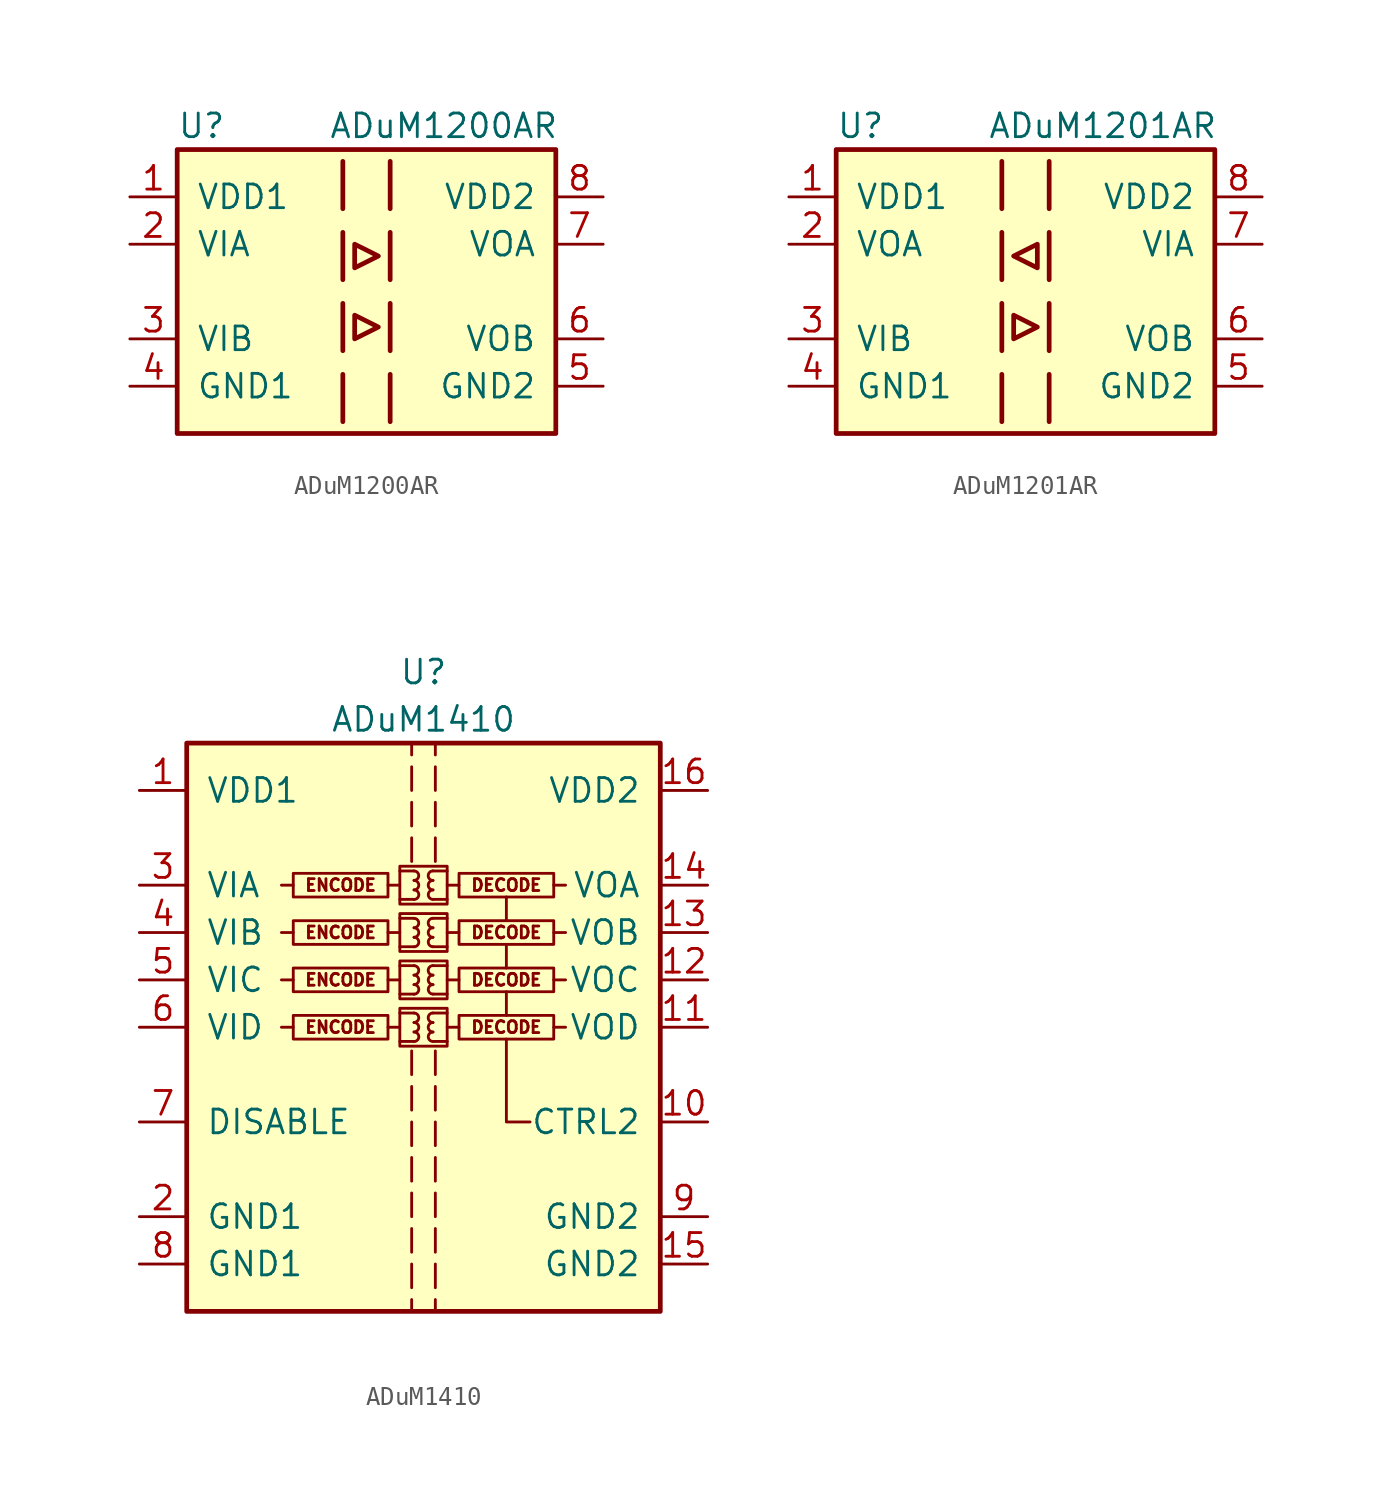
<source format=kicad_sym>
(kicad_symbol_lib
  (version 20201005)
  (generator kicad_symbol_editor)
  (symbol "ADuM1200AR"
    (pin_names
      (offset 1.016))
    (property "Reference" "U"
      (at -10.16 8.89 0)
      (effects (font (size 1.27 1.27)) (justify left)))
    (property "Value" "ADuM1200AR"
      (at -2.032 8.89 0)
      (effects (font (size 1.27 1.27)) (justify left)))
    (symbol "ADuM1200AR_0_1"
      (rectangle (start -10.16 7.62) (end 10.16 -7.62) (stroke (width 0.254)) (fill (type background)))
      (polyline (pts (xy -1.27 -4.445) (xy -1.27 -6.985)) (stroke (width 0.254)) (fill (type none)))
      (polyline (pts (xy -1.27 -0.635) (xy -1.27 -3.175)) (stroke (width 0.254)) (fill (type none)))
      (polyline (pts (xy -1.27 3.175) (xy -1.27 0.635)) (stroke (width 0.254)) (fill (type none)))
      (polyline (pts (xy -1.27 6.985) (xy -1.27 4.445)) (stroke (width 0.254)) (fill (type none)))
      (polyline (pts (xy 1.27 -4.445) (xy 1.27 -6.985)) (stroke (width 0.254)) (fill (type none)))
      (polyline (pts (xy 1.27 -0.635) (xy 1.27 -3.175)) (stroke (width 0.254)) (fill (type none)))
      (polyline (pts (xy 1.27 3.175) (xy 1.27 0.635)) (stroke (width 0.254)) (fill (type none)))
      (polyline (pts (xy 1.27 6.985) (xy 1.27 4.445)) (stroke (width 0.254)) (fill (type none)))
      (polyline (pts (xy -0.635 -1.27) (xy -0.635 -2.54) (xy 0.635 -1.905) (xy -0.635 -1.27)) (stroke (width 0.254)) (fill (type none)))
      (polyline (pts (xy -0.635 1.27) (xy 0.635 1.905) (xy -0.635 2.54) (xy -0.635 1.27)) (stroke (width 0.254)) (fill (type none))))
    (symbol "ADuM1200AR_1_1"
      (pin power_in line (at -12.7 5.08 0) (length 2.54) (name "VDD1" (effects (font (size 1.27 1.27)))) (number "1" (effects (font (size 1.27 1.27)))))
      (pin input line (at -12.7 2.54 0) (length 2.54) (name "VIA" (effects (font (size 1.27 1.27)))) (number "2" (effects (font (size 1.27 1.27)))))
      (pin input line (at -12.7 -2.54 0) (length 2.54) (name "VIB" (effects (font (size 1.27 1.27)))) (number "3" (effects (font (size 1.27 1.27)))))
      (pin power_in line (at -12.7 -5.08 0) (length 2.54) (name "GND1" (effects (font (size 1.27 1.27)))) (number "4" (effects (font (size 1.27 1.27)))))
      (pin power_in line (at 12.7 -5.08 180) (length 2.54) (name "GND2" (effects (font (size 1.27 1.27)))) (number "5" (effects (font (size 1.27 1.27)))))
      (pin output line (at 12.7 -2.54 180) (length 2.54) (name "VOB" (effects (font (size 1.27 1.27)))) (number "6" (effects (font (size 1.27 1.27)))))
      (pin output line (at 12.7 2.54 180) (length 2.54) (name "VOA" (effects (font (size 1.27 1.27)))) (number "7" (effects (font (size 1.27 1.27)))))
      (pin power_in line (at 12.7 5.08 180) (length 2.54) (name "VDD2" (effects (font (size 1.27 1.27)))) (number "8" (effects (font (size 1.27 1.27)))))))
  (symbol "ADuM1201AR"
    (pin_names
      (offset 1.016))
    (property "Reference" "U"
      (at -10.16 8.89 0)
      (effects (font (size 1.27 1.27)) (justify left)))
    (property "Value" "ADuM1201AR"
      (at -2.032 8.89 0)
      (effects (font (size 1.27 1.27)) (justify left)))
    (symbol "ADuM1201AR_0_1"
      (rectangle (start -10.16 7.62) (end 10.16 -7.62) (stroke (width 0.254)) (fill (type background)))
      (polyline (pts (xy -1.27 -4.445) (xy -1.27 -6.985)) (stroke (width 0.254)) (fill (type none)))
      (polyline (pts (xy -1.27 -0.635) (xy -1.27 -3.175)) (stroke (width 0.254)) (fill (type none)))
      (polyline (pts (xy -1.27 3.175) (xy -1.27 0.635)) (stroke (width 0.254)) (fill (type none)))
      (polyline (pts (xy -1.27 6.985) (xy -1.27 4.445)) (stroke (width 0.254)) (fill (type none)))
      (polyline (pts (xy 1.27 -4.445) (xy 1.27 -6.985)) (stroke (width 0.254)) (fill (type none)))
      (polyline (pts (xy 1.27 -0.635) (xy 1.27 -3.175)) (stroke (width 0.254)) (fill (type none)))
      (polyline (pts (xy 1.27 3.175) (xy 1.27 0.635)) (stroke (width 0.254)) (fill (type none)))
      (polyline (pts (xy 1.27 6.985) (xy 1.27 4.445)) (stroke (width 0.254)) (fill (type none)))
      (polyline (pts (xy -0.635 -1.27) (xy -0.635 -2.54) (xy 0.635 -1.905) (xy -0.635 -1.27)) (stroke (width 0.254)) (fill (type none)))
      (polyline (pts (xy 0.635 2.54) (xy 0.635 1.27) (xy -0.635 1.905) (xy 0.635 2.54)) (stroke (width 0.254)) (fill (type none))))
    (symbol "ADuM1201AR_1_1"
      (pin power_in line (at -12.7 5.08 0) (length 2.54) (name "VDD1" (effects (font (size 1.27 1.27)))) (number "1" (effects (font (size 1.27 1.27)))))
      (pin output line (at -12.7 2.54 0) (length 2.54) (name "VOA" (effects (font (size 1.27 1.27)))) (number "2" (effects (font (size 1.27 1.27)))))
      (pin input line (at -12.7 -2.54 0) (length 2.54) (name "VIB" (effects (font (size 1.27 1.27)))) (number "3" (effects (font (size 1.27 1.27)))))
      (pin power_in line (at -12.7 -5.08 0) (length 2.54) (name "GND1" (effects (font (size 1.27 1.27)))) (number "4" (effects (font (size 1.27 1.27)))))
      (pin power_in line (at 12.7 -5.08 180) (length 2.54) (name "GND2" (effects (font (size 1.27 1.27)))) (number "5" (effects (font (size 1.27 1.27)))))
      (pin output line (at 12.7 -2.54 180) (length 2.54) (name "VOB" (effects (font (size 1.27 1.27)))) (number "6" (effects (font (size 1.27 1.27)))))
      (pin input line (at 12.7 2.54 180) (length 2.54) (name "VIA" (effects (font (size 1.27 1.27)))) (number "7" (effects (font (size 1.27 1.27)))))
      (pin power_in line (at 12.7 5.08 180) (length 2.54) (name "VDD2" (effects (font (size 1.27 1.27)))) (number "8" (effects (font (size 1.27 1.27)))))))
  (symbol "ADuM1410"
    (pin_names
      (offset 1.016))
    (property "Reference" "U"
      (at 0 19.05 0)
      (effects (font (size 1.27 1.27))))
    (property "Value" "ADuM1410"
      (at 0 16.51 0)
      (effects (font (size 1.27 1.27))))
    (symbol "ADuM1410_0_0"
      (arc (start -0.508 -0.762) (end -0.508 -0.254) (radius (at -0.508 -0.508) (length 0.254) (angles -89.9 89.9)) (stroke (width 0)) (fill (type none)))
      (arc (start -0.508 -0.254) (end -0.508 0.254) (radius (at -0.508 0) (length 0.254) (angles -89.9 89.9)) (stroke (width 0)) (fill (type none)))
      (arc (start -0.508 0.254) (end -0.508 0.762) (radius (at -0.508 0.508) (length 0.254) (angles -89.9 89.9)) (stroke (width 0)) (fill (type none)))
      (arc (start -0.508 1.778) (end -0.508 2.286) (radius (at -0.508 2.032) (length 0.254) (angles -89.9 89.9)) (stroke (width 0)) (fill (type none)))
      (arc (start -0.508 2.286) (end -0.508 2.794) (radius (at -0.508 2.54) (length 0.254) (angles -89.9 89.9)) (stroke (width 0)) (fill (type none)))
      (arc (start -0.508 2.794) (end -0.508 3.302) (radius (at -0.508 3.048) (length 0.254) (angles -89.9 89.9)) (stroke (width 0)) (fill (type none)))
      (arc (start -0.508 4.318) (end -0.508 4.826) (radius (at -0.508 4.572) (length 0.254) (angles -89.9 89.9)) (stroke (width 0)) (fill (type none)))
      (arc (start -0.508 4.826) (end -0.508 5.334) (radius (at -0.508 5.08) (length 0.254) (angles -89.9 89.9)) (stroke (width 0)) (fill (type none)))
      (arc (start -0.508 5.334) (end -0.508 5.842) (radius (at -0.508 5.588) (length 0.254) (angles -89.9 89.9)) (stroke (width 0)) (fill (type none)))
      (arc (start -0.508 6.858) (end -0.508 7.366) (radius (at -0.508 7.112) (length 0.254) (angles -89.9 89.9)) (stroke (width 0)) (fill (type none)))
      (arc (start -0.508 7.366) (end -0.508 7.874) (radius (at -0.508 7.62) (length 0.254) (angles -89.9 89.9)) (stroke (width 0)) (fill (type none)))
      (arc (start -0.508 7.874) (end -0.508 8.382) (radius (at -0.508 8.128) (length 0.254) (angles -89.9 89.9)) (stroke (width 0)) (fill (type none)))
      (arc (start 0.508 -0.254) (end 0.508 -0.762) (radius (at 0.508 -0.508) (length 0.254) (angles 90.1 -90.1)) (stroke (width 0)) (fill (type none)))
      (arc (start 0.508 0.254) (end 0.508 -0.254) (radius (at 0.508 0) (length 0.254) (angles 90.1 -90.1)) (stroke (width 0)) (fill (type none)))
      (arc (start 0.508 0.762) (end 0.508 0.254) (radius (at 0.508 0.508) (length 0.254) (angles 90.1 -90.1)) (stroke (width 0)) (fill (type none)))
      (arc (start 0.508 2.286) (end 0.508 1.778) (radius (at 0.508 2.032) (length 0.254) (angles 90.1 -90.1)) (stroke (width 0)) (fill (type none)))
      (arc (start 0.508 2.794) (end 0.508 2.286) (radius (at 0.508 2.54) (length 0.254) (angles 90.1 -90.1)) (stroke (width 0)) (fill (type none)))
      (arc (start 0.508 3.302) (end 0.508 2.794) (radius (at 0.508 3.048) (length 0.254) (angles 90.1 -90.1)) (stroke (width 0)) (fill (type none)))
      (arc (start 0.508 4.826) (end 0.508 4.318) (radius (at 0.508 4.572) (length 0.254) (angles 90.1 -90.1)) (stroke (width 0)) (fill (type none)))
      (arc (start 0.508 5.334) (end 0.508 4.826) (radius (at 0.508 5.08) (length 0.254) (angles 90.1 -90.1)) (stroke (width 0)) (fill (type none)))
      (arc (start 0.508 5.842) (end 0.508 5.334) (radius (at 0.508 5.588) (length 0.254) (angles 90.1 -90.1)) (stroke (width 0)) (fill (type none)))
      (arc (start 0.508 7.366) (end 0.508 6.858) (radius (at 0.508 7.112) (length 0.254) (angles 90.1 -90.1)) (stroke (width 0)) (fill (type none)))
      (arc (start 0.508 7.874) (end 0.508 7.366) (radius (at 0.508 7.62) (length 0.254) (angles 90.1 -90.1)) (stroke (width 0)) (fill (type none)))
      (arc (start 0.508 8.382) (end 0.508 7.874) (radius (at 0.508 8.128) (length 0.254) (angles 90.1 -90.1)) (stroke (width 0)) (fill (type none)))
      (text "DECODE" (at 4.445 0 0) (effects (font (size 0.635 0.635))))
      (text "DECODE" (at 4.445 2.54 0) (effects (font (size 0.635 0.635))))
      (text "DECODE" (at 4.445 5.08 0) (effects (font (size 0.635 0.635))))
      (text "DECODE" (at 4.445 7.62 0) (effects (font (size 0.635 0.635))))
      (text "ENCODE" (at -4.445 0 0) (effects (font (size 0.635 0.635))))
      (text "ENCODE" (at -4.445 2.54 0) (effects (font (size 0.635 0.635))))
      (text "ENCODE" (at -4.445 5.08 0) (effects (font (size 0.635 0.635))))
      (text "ENCODE" (at -4.445 7.62 0) (effects (font (size 0.635 0.635))))
      (rectangle (start -1.905 0.635) (end -6.985 -0.635) (stroke (width 0)) (fill (type none)))
      (rectangle (start -1.27 1.016) (end 1.27 -1.016) (stroke (width 0)) (fill (type none)))
      (rectangle (start -1.27 3.556) (end 1.27 1.524) (stroke (width 0)) (fill (type none)))
      (rectangle (start -1.27 6.096) (end 1.27 4.064) (stroke (width 0)) (fill (type none)))
      (rectangle (start -1.27 8.636) (end 1.27 6.604) (stroke (width 0)) (fill (type none)))
      (rectangle (start 1.905 0.635) (end 6.985 -0.635) (stroke (width 0)) (fill (type none)))
      (rectangle (start 1.905 3.175) (end 6.985 1.905) (stroke (width 0)) (fill (type none)))
      (rectangle (start 1.905 5.715) (end 6.985 4.445) (stroke (width 0)) (fill (type none)))
      (rectangle (start 1.905 8.255) (end 6.985 6.985) (stroke (width 0)) (fill (type none)))
      (polyline (pts (xy -6.985 0) (xy -7.62 0)) (stroke (width 0)) (fill (type none)))
      (polyline (pts (xy -6.985 2.54) (xy -7.62 2.54)) (stroke (width 0)) (fill (type none)))
      (polyline (pts (xy -6.985 5.08) (xy -7.62 5.08)) (stroke (width 0)) (fill (type none)))
      (polyline (pts (xy -6.985 7.62) (xy -7.62 7.62)) (stroke (width 0)) (fill (type none)))
      (polyline (pts (xy -1.905 0) (xy -1.27 0)) (stroke (width 0)) (fill (type none)))
      (polyline (pts (xy -1.905 2.54) (xy -1.27 2.54)) (stroke (width 0)) (fill (type none)))
      (polyline (pts (xy -1.905 5.08) (xy -1.27 5.08)) (stroke (width 0)) (fill (type none)))
      (polyline (pts (xy -1.905 7.62) (xy -1.27 7.62)) (stroke (width 0)) (fill (type none)))
      (polyline (pts (xy -1.27 -0.762) (xy -0.508 -0.762)) (stroke (width 0)) (fill (type none)))
      (polyline (pts (xy -1.27 0.762) (xy -0.508 0.762)) (stroke (width 0)) (fill (type none)))
      (polyline (pts (xy -1.27 1.778) (xy -0.508 1.778)) (stroke (width 0)) (fill (type none)))
      (polyline (pts (xy -1.27 3.302) (xy -0.508 3.302)) (stroke (width 0)) (fill (type none)))
      (polyline (pts (xy -1.27 4.318) (xy -0.508 4.318)) (stroke (width 0)) (fill (type none)))
      (polyline (pts (xy -1.27 5.842) (xy -0.508 5.842)) (stroke (width 0)) (fill (type none)))
      (polyline (pts (xy -1.27 6.858) (xy -0.508 6.858)) (stroke (width 0)) (fill (type none)))
      (polyline (pts (xy -1.27 8.382) (xy -0.508 8.382)) (stroke (width 0)) (fill (type none)))
      (polyline (pts (xy -0.635 -10.795) (xy -0.635 -12.065)) (stroke (width 0)) (fill (type none)))
      (polyline (pts (xy -0.635 -8.89) (xy -0.635 -10.16)) (stroke (width 0)) (fill (type none)))
      (polyline (pts (xy -0.635 -6.985) (xy -0.635 -8.255)) (stroke (width 0)) (fill (type none)))
      (polyline (pts (xy -0.635 -5.08) (xy -0.635 -6.35)) (stroke (width 0)) (fill (type none)))
      (polyline (pts (xy -0.635 -3.175) (xy -0.635 -4.445)) (stroke (width 0)) (fill (type none)))
      (polyline (pts (xy -0.635 -1.27) (xy -0.635 -2.54)) (stroke (width 0)) (fill (type none)))
      (polyline (pts (xy -0.635 8.89) (xy -0.635 10.16)) (stroke (width 0)) (fill (type none)))
      (polyline (pts (xy -0.635 10.795) (xy -0.635 12.065)) (stroke (width 0)) (fill (type none)))
      (polyline (pts (xy -0.635 12.7) (xy -0.635 13.97)) (stroke (width 0)) (fill (type none)))
      (polyline (pts (xy -0.635 15.24) (xy -0.635 14.605)) (stroke (width 0)) (fill (type none)))
      (polyline (pts (xy 0.635 -10.795) (xy 0.635 -12.065)) (stroke (width 0)) (fill (type none)))
      (polyline (pts (xy 0.635 -8.89) (xy 0.635 -10.16)) (stroke (width 0)) (fill (type none)))
      (polyline (pts (xy 0.635 -6.985) (xy 0.635 -8.255)) (stroke (width 0)) (fill (type none)))
      (polyline (pts (xy 0.635 -5.08) (xy 0.635 -6.35)) (stroke (width 0)) (fill (type none)))
      (polyline (pts (xy 0.635 -3.175) (xy 0.635 -4.445)) (stroke (width 0)) (fill (type none)))
      (polyline (pts (xy 0.635 -1.27) (xy 0.635 -2.54)) (stroke (width 0)) (fill (type none)))
      (polyline (pts (xy 0.635 8.89) (xy 0.635 10.16)) (stroke (width 0)) (fill (type none)))
      (polyline (pts (xy 0.635 12.065) (xy 0.635 10.795)) (stroke (width 0)) (fill (type none)))
      (polyline (pts (xy 0.635 13.97) (xy 0.635 12.7)) (stroke (width 0)) (fill (type none)))
      (polyline (pts (xy 0.635 14.605) (xy 0.635 15.24)) (stroke (width 0)) (fill (type none)))
      (polyline (pts (xy 1.27 -0.762) (xy 0.508 -0.762)) (stroke (width 0)) (fill (type none)))
      (polyline (pts (xy 1.27 0.762) (xy 0.508 0.762)) (stroke (width 0)) (fill (type none)))
      (polyline (pts (xy 1.27 1.778) (xy 0.508 1.778)) (stroke (width 0)) (fill (type none)))
      (polyline (pts (xy 1.27 3.302) (xy 0.508 3.302)) (stroke (width 0)) (fill (type none)))
      (polyline (pts (xy 1.27 4.318) (xy 0.508 4.318)) (stroke (width 0)) (fill (type none)))
      (polyline (pts (xy 1.27 5.842) (xy 0.508 5.842)) (stroke (width 0)) (fill (type none)))
      (polyline (pts (xy 1.27 6.858) (xy 0.508 6.858)) (stroke (width 0)) (fill (type none)))
      (polyline (pts (xy 1.27 8.382) (xy 0.508 8.382)) (stroke (width 0)) (fill (type none)))
      (polyline (pts (xy 1.905 0) (xy 1.27 0)) (stroke (width 0)) (fill (type none)))
      (polyline (pts (xy 1.905 2.54) (xy 1.27 2.54)) (stroke (width 0)) (fill (type none)))
      (polyline (pts (xy 1.905 5.08) (xy 1.27 5.08)) (stroke (width 0)) (fill (type none)))
      (polyline (pts (xy 1.905 7.62) (xy 1.27 7.62)) (stroke (width 0)) (fill (type none)))
      (polyline (pts (xy 4.445 0.635) (xy 4.445 1.905)) (stroke (width 0)) (fill (type none)))
      (polyline (pts (xy 4.445 3.175) (xy 4.445 4.445)) (stroke (width 0)) (fill (type none)))
      (polyline (pts (xy 4.445 5.715) (xy 4.445 6.985)) (stroke (width 0)) (fill (type none)))
      (polyline (pts (xy 6.985 0) (xy 7.62 0)) (stroke (width 0)) (fill (type none)))
      (polyline (pts (xy 6.985 2.54) (xy 7.62 2.54)) (stroke (width 0)) (fill (type none)))
      (polyline (pts (xy 6.985 5.08) (xy 7.62 5.08)) (stroke (width 0)) (fill (type none)))
      (polyline (pts (xy 6.985 7.62) (xy 7.62 7.62)) (stroke (width 0)) (fill (type none)))
      (polyline (pts (xy 5.715 -5.08) (xy 4.445 -5.08) (xy 4.445 -0.635)) (stroke (width 0)) (fill (type none))))
    (symbol "ADuM1410_0_1"
      (rectangle (start -12.7 15.24) (end 12.7 -15.24) (stroke (width 0.254)) (fill (type background)))
      (rectangle (start -1.905 3.175) (end -6.985 1.905) (stroke (width 0)) (fill (type none)))
      (rectangle (start -1.905 5.715) (end -6.985 4.445) (stroke (width 0)) (fill (type none)))
      (rectangle (start -1.905 8.255) (end -6.985 6.985) (stroke (width 0)) (fill (type none)))
      (polyline (pts (xy -0.635 -14.605) (xy -0.635 -15.24)) (stroke (width 0)) (fill (type none)))
      (polyline (pts (xy -0.635 -12.7) (xy -0.635 -13.97)) (stroke (width 0)) (fill (type none)))
      (polyline (pts (xy 0.635 -14.605) (xy 0.635 -15.24)) (stroke (width 0)) (fill (type none)))
      (polyline (pts (xy 0.635 -12.7) (xy 0.635 -13.97)) (stroke (width 0)) (fill (type none))))
    (symbol "ADuM1410_1_1"
      (pin power_in line (at -15.24 12.7 0) (length 2.54) (name "VDD1" (effects (font (size 1.27 1.27)))) (number "1" (effects (font (size 1.27 1.27)))))
      (pin input line (at 15.24 -5.08 180) (length 2.54) (name "CTRL2" (effects (font (size 1.27 1.27)))) (number "10" (effects (font (size 1.27 1.27)))))
      (pin output line (at 15.24 0 180) (length 2.54) (name "VOD" (effects (font (size 1.27 1.27)))) (number "11" (effects (font (size 1.27 1.27)))))
      (pin output line (at 15.24 2.54 180) (length 2.54) (name "VOC" (effects (font (size 1.27 1.27)))) (number "12" (effects (font (size 1.27 1.27)))))
      (pin output line (at 15.24 5.08 180) (length 2.54) (name "VOB" (effects (font (size 1.27 1.27)))) (number "13" (effects (font (size 1.27 1.27)))))
      (pin output line (at 15.24 7.62 180) (length 2.54) (name "VOA" (effects (font (size 1.27 1.27)))) (number "14" (effects (font (size 1.27 1.27)))))
      (pin power_in line (at 15.24 -12.7 180) (length 2.54) (name "GND2" (effects (font (size 1.27 1.27)))) (number "15" (effects (font (size 1.27 1.27)))))
      (pin power_in line (at 15.24 12.7 180) (length 2.54) (name "VDD2" (effects (font (size 1.27 1.27)))) (number "16" (effects (font (size 1.27 1.27)))))
      (pin power_in line (at -15.24 -10.16 0) (length 2.54) (name "GND1" (effects (font (size 1.27 1.27)))) (number "2" (effects (font (size 1.27 1.27)))))
      (pin input line (at -15.24 7.62 0) (length 2.54) (name "VIA" (effects (font (size 1.27 1.27)))) (number "3" (effects (font (size 1.27 1.27)))))
      (pin input line (at -15.24 5.08 0) (length 2.54) (name "VIB" (effects (font (size 1.27 1.27)))) (number "4" (effects (font (size 1.27 1.27)))))
      (pin input line (at -15.24 2.54 0) (length 2.54) (name "VIC" (effects (font (size 1.27 1.27)))) (number "5" (effects (font (size 1.27 1.27)))))
      (pin input line (at -15.24 0 0) (length 2.54) (name "VID" (effects (font (size 1.27 1.27)))) (number "6" (effects (font (size 1.27 1.27)))))
      (pin input line (at -15.24 -5.08 0) (length 2.54) (name "DISABLE" (effects (font (size 1.27 1.27)))) (number "7" (effects (font (size 1.27 1.27)))))
      (pin power_in line (at -15.24 -12.7 0) (length 2.54) (name "GND1" (effects (font (size 1.27 1.27)))) (number "8" (effects (font (size 1.27 1.27)))))
      (pin power_in line (at 15.24 -10.16 180) (length 2.54) (name "GND2" (effects (font (size 1.27 1.27)))) (number "9" (effects (font (size 1.27 1.27))))))))
</source>
